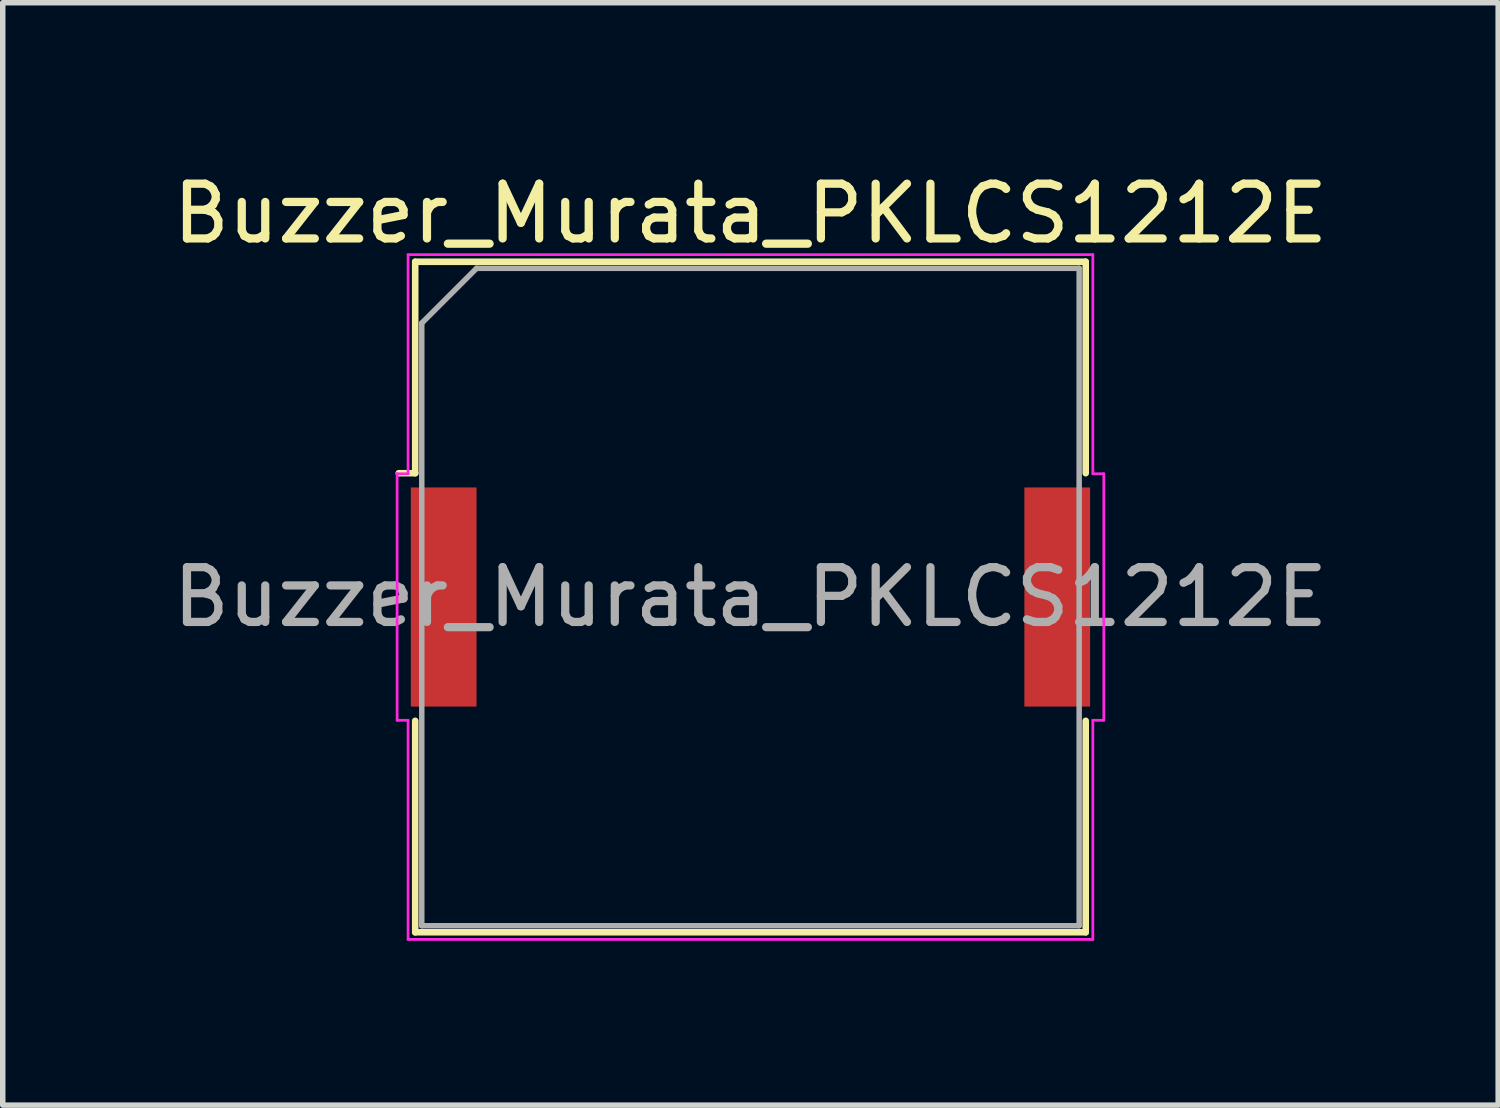
<source format=kicad_pcb>
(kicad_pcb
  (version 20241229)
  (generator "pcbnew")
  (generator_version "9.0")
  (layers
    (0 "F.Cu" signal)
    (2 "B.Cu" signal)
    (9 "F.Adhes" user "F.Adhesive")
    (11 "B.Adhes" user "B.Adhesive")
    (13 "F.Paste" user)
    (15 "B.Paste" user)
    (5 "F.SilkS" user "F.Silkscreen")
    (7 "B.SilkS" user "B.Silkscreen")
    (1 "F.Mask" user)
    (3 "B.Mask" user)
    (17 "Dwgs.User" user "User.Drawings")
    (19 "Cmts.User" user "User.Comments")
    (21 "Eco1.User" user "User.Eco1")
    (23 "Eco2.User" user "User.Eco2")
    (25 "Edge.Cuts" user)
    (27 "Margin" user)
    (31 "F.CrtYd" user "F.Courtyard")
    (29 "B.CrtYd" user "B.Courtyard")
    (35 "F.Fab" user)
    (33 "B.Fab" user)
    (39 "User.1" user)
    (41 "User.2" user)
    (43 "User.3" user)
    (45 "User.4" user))
  (footprint "Buzzer_Murata_PKLCS1212E"
    (layer "F.Cu")
    (at 10.649 7.848)
    (property "Reference" "Buzzer_Murata_PKLCS1212E" (at 0 -7 0) (layer "F.SilkS") (effects (font (size 1 1) (thickness 0.15))))
    (attr smd)
    (fp_line (start -6.12 -6.12) (end 6.12 -6.12) (stroke (width 0.12) (type solid)) (layer "F.SilkS"))
    (fp_line (start -6.12 -2.26) (end -6.42 -2.26) (stroke (width 0.12) (type solid)) (layer "F.SilkS"))
    (fp_line (start -6.12 -2.26) (end -6.12 -6.12) (stroke (width 0.12) (type solid)) (layer "F.SilkS"))
    (fp_line (start -6.12 6.12) (end -6.12 2.26) (stroke (width 0.12) (type solid)) (layer "F.SilkS"))
    (fp_line (start 6.12 -6.12) (end 6.12 -2.26) (stroke (width 0.12) (type solid)) (layer "F.SilkS"))
    (fp_line (start 6.12 2.26) (end 6.12 6.12) (stroke (width 0.12) (type solid)) (layer "F.SilkS"))
    (fp_line (start 6.12 6.12) (end -6.12 6.12) (stroke (width 0.12) (type solid)) (layer "F.SilkS"))
    (fp_line (start -6.45 2.25) (end -6.45 -2.25) (stroke (width 0.05) (type solid)) (layer "F.CrtYd"))
    (fp_line (start -6.25 -6.25) (end 6.25 -6.25) (stroke (width 0.05) (type solid)) (layer "F.CrtYd"))
    (fp_line (start -6.25 -2.25) (end -6.45 -2.25) (stroke (width 0.05) (type solid)) (layer "F.CrtYd"))
    (fp_line (start -6.25 -2.25) (end -6.25 -6.25) (stroke (width 0.05) (type solid)) (layer "F.CrtYd"))
    (fp_line (start -6.25 2.25) (end -6.45 2.25) (stroke (width 0.05) (type solid)) (layer "F.CrtYd"))
    (fp_line (start -6.25 6.25) (end -6.25 2.25) (stroke (width 0.05) (type solid)) (layer "F.CrtYd"))
    (fp_line (start 6.25 -2.25) (end 6.25 -6.25) (stroke (width 0.05) (type solid)) (layer "F.CrtYd"))
    (fp_line (start 6.25 -2.25) (end 6.45 -2.25) (stroke (width 0.05) (type solid)) (layer "F.CrtYd"))
    (fp_line (start 6.25 2.25) (end 6.45 2.25) (stroke (width 0.05) (type solid)) (layer "F.CrtYd"))
    (fp_line (start 6.25 6.25) (end -6.25 6.25) (stroke (width 0.05) (type solid)) (layer "F.CrtYd"))
    (fp_line (start 6.25 6.25) (end 6.25 2.25) (stroke (width 0.05) (type solid)) (layer "F.CrtYd"))
    (fp_line (start 6.45 2.25) (end 6.45 -2.25) (stroke (width 0.05) (type solid)) (layer "F.CrtYd"))
    (fp_line (start -6 -5) (end -5 -6) (stroke (width 0.1) (type solid)) (layer "F.Fab"))
    (fp_line (start -6 6) (end -6 -5) (stroke (width 0.1) (type solid)) (layer "F.Fab"))
    (fp_line (start -5 -6) (end 6 -6) (stroke (width 0.1) (type solid)) (layer "F.Fab"))
    (fp_line (start 6 -6) (end 6 6) (stroke (width 0.1) (type solid)) (layer "F.Fab"))
    (fp_line (start 6 6) (end -6 6) (stroke (width 0.1) (type solid)) (layer "F.Fab"))
    (fp_text user "${REFERENCE}" (at 0 0 0) (layer "F.Fab") (effects (font (size 1 1) (thickness 0.15))))
    (pad "1" smd rect (at -5.6 0) (size 1.2 4) (layers "F.Cu" "F.Mask" "F.Paste"))
    (pad "2" smd rect (at 5.6 0) (size 1.2 4) (layers "F.Cu" "F.Mask" "F.Paste")))
  (gr_rect
    (start -3 -3)
    (end 24.298 17.123)
    (stroke (width 0.1) (type default))
    (fill no)
    (layer "Edge.Cuts")))
</source>
